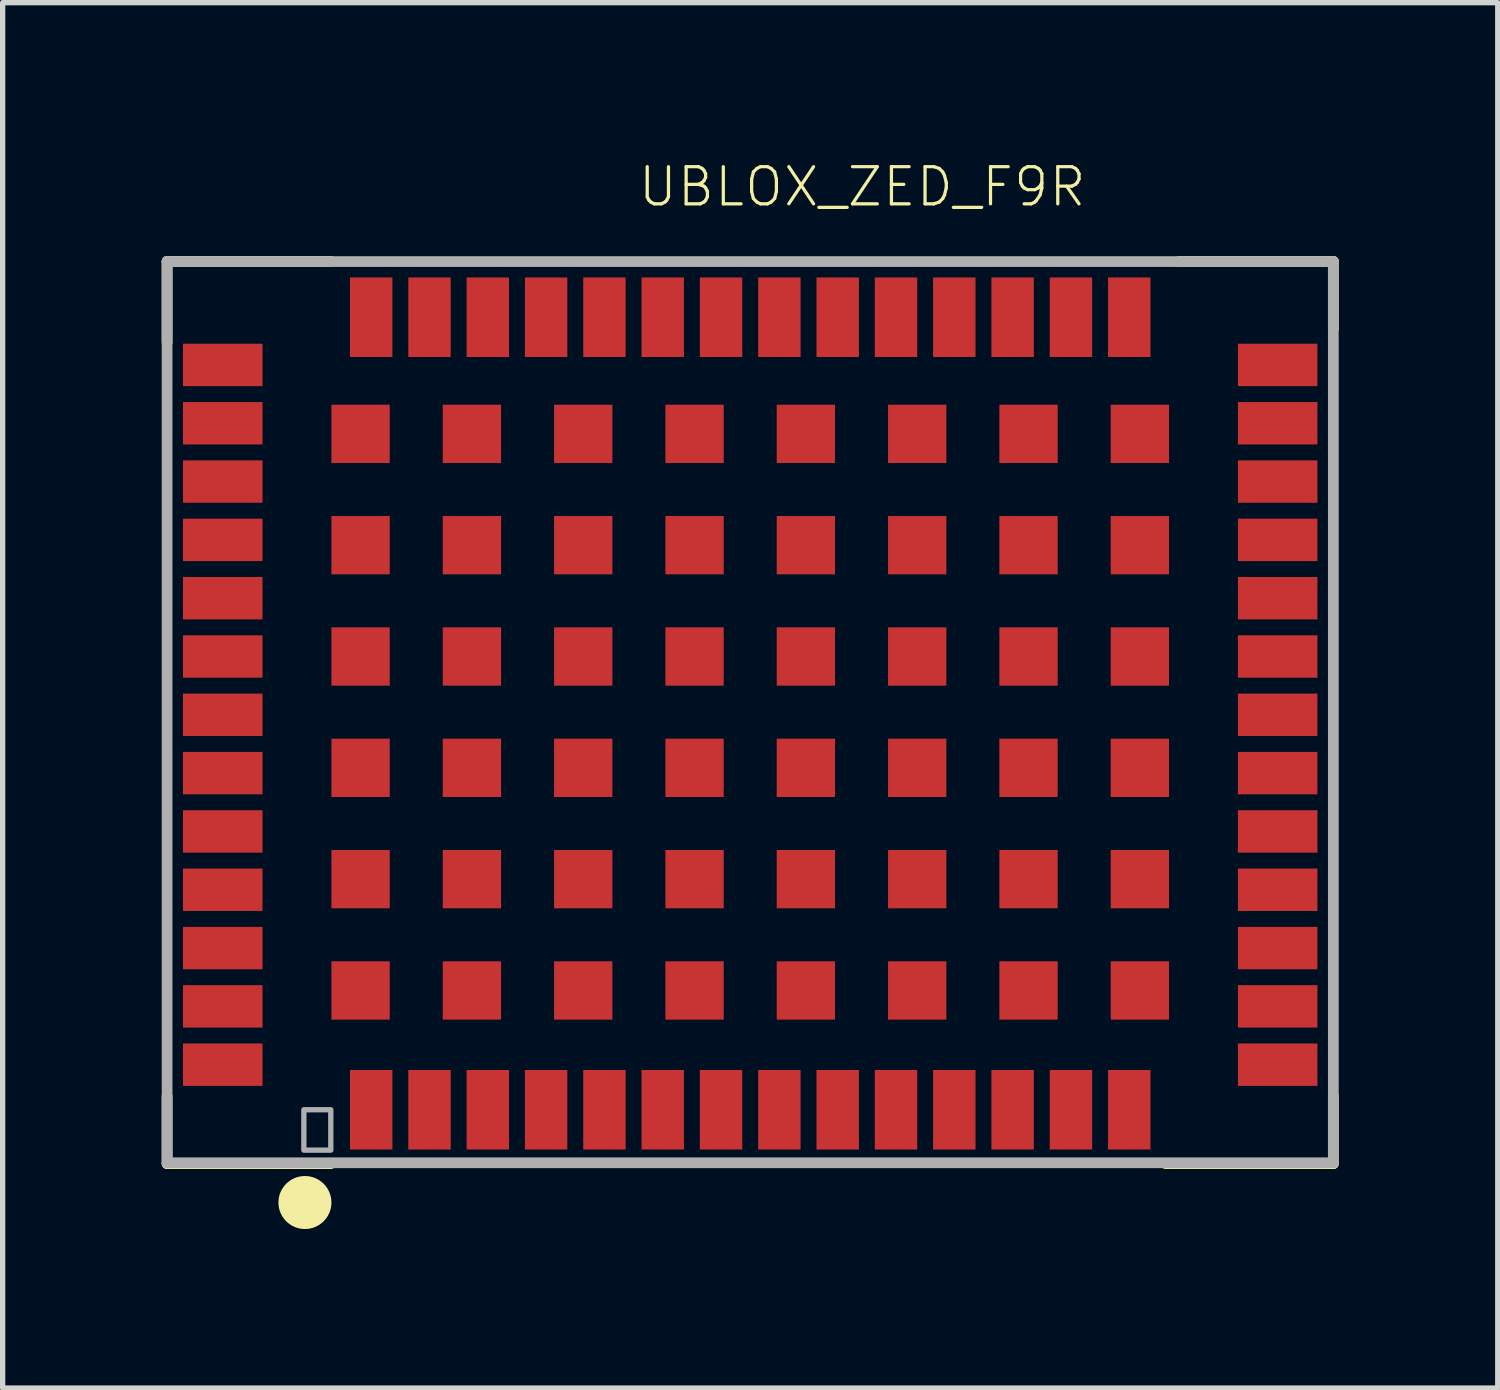
<source format=kicad_pcb>
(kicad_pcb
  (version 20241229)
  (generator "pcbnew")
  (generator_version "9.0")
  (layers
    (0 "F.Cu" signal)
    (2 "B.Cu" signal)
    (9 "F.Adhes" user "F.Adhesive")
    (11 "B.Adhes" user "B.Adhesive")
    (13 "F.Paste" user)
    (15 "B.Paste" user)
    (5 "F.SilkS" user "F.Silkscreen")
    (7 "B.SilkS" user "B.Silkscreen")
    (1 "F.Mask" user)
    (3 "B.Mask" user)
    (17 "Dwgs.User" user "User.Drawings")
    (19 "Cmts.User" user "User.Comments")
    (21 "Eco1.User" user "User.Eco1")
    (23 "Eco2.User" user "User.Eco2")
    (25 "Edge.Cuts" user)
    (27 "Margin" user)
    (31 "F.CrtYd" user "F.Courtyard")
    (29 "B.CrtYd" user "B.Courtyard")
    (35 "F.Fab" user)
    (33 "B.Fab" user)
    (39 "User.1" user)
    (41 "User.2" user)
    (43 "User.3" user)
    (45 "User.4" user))
  (footprint "UBLOX_ZED_F9R"
    (layer "F.Cu")
    (at 11.064 10.264)
    (property "Reference" "UBLOX_ZED_F9R" (at -2.112 -9.38 0) (layer "F.SilkS") (effects (font (size 0.701 0.701) (thickness 0.061)) (justify left bottom)))
    (fp_line (start -10.962 -8.382) (end -7.874 -8.382) (stroke (width 0.203) (type solid)) (layer "F.SilkS"))
    (fp_line (start -10.962 -6.858) (end -10.962 -8.382) (stroke (width 0.203) (type solid)) (layer "F.SilkS"))
    (fp_line (start -10.962 8.636) (end -10.962 7.366) (stroke (width 0.203) (type solid)) (layer "F.SilkS"))
    (fp_line (start -10.962 8.636) (end -7.874 8.636) (stroke (width 0.203) (type solid)) (layer "F.SilkS"))
    (fp_line (start 7.874 8.636) (end 11.038 8.636) (stroke (width 0.203) (type solid)) (layer "F.SilkS"))
    (fp_line (start 8.128 -8.382) (end 11.038 -8.382) (stroke (width 0.203) (type solid)) (layer "F.SilkS"))
    (fp_line (start 11.038 -8.382) (end 11.038 -7.112) (stroke (width 0.203) (type solid)) (layer "F.SilkS"))
    (fp_line (start 11.038 8.636) (end 11.038 7.366) (stroke (width 0.203) (type solid)) (layer "F.SilkS"))
    (fp_circle (center -8.362 9.37) (end -8.112 9.37) (stroke (width 0.5) (type solid)) (fill yes) (layer "F.SilkS"))
    (fp_line (start -10.962 -8.38) (end -10.962 8.62) (stroke (width 0.203) (type solid)) (layer "F.Fab"))
    (fp_line (start -10.962 8.62) (end 11.038 8.62) (stroke (width 0.203) (type solid)) (layer "F.Fab"))
    (fp_line (start 11.038 -8.38) (end -10.962 -8.38) (stroke (width 0.203) (type solid)) (layer "F.Fab"))
    (fp_line (start 11.038 8.62) (end 11.038 -8.38) (stroke (width 0.203) (type solid)) (layer "F.Fab"))
    (fp_poly (pts (xy -8.382 8.382) (xy -7.874 8.382) (xy -7.874 7.62) (xy -8.382 7.62)) (stroke (width 0.1) (type default)) (fill no) (layer "F.Fab"))
    (pad "G1" smd rect (at -7.312 5.37) (size 1.1 1.1) (layers "F.Cu" "F.Mask" "F.Paste"))
    (pad "G2" smd rect (at -5.212 5.37) (size 1.1 1.1) (layers "F.Cu" "F.Mask" "F.Paste"))
    (pad "G3" smd rect (at -3.112 5.37) (size 1.1 1.1) (layers "F.Cu" "F.Mask" "F.Paste"))
    (pad "G4" smd rect (at -1.012 5.37) (size 1.1 1.1) (layers "F.Cu" "F.Mask" "F.Paste"))
    (pad "G5" smd rect (at 1.088 5.37) (size 1.1 1.1) (layers "F.Cu" "F.Mask" "F.Paste"))
    (pad "G6" smd rect (at 3.188 5.37) (size 1.1 1.1) (layers "F.Cu" "F.Mask" "F.Paste"))
    (pad "G7" smd rect (at 5.288 5.37) (size 1.1 1.1) (layers "F.Cu" "F.Mask" "F.Paste"))
    (pad "G8" smd rect (at 7.388 5.37) (size 1.1 1.1) (layers "F.Cu" "F.Mask" "F.Paste"))
    (pad "G9" smd rect (at 7.388 3.27) (size 1.1 1.1) (layers "F.Cu" "F.Mask" "F.Paste"))
    (pad "G10" smd rect (at 5.288 3.27) (size 1.1 1.1) (layers "F.Cu" "F.Mask" "F.Paste"))
    (pad "G11" smd rect (at 3.188 3.27) (size 1.1 1.1) (layers "F.Cu" "F.Mask" "F.Paste"))
    (pad "G12" smd rect (at 1.088 3.27) (size 1.1 1.1) (layers "F.Cu" "F.Mask" "F.Paste"))
    (pad "G13" smd rect (at -1.012 3.27) (size 1.1 1.1) (layers "F.Cu" "F.Mask" "F.Paste"))
    (pad "G14" smd rect (at -3.112 3.27) (size 1.1 1.1) (layers "F.Cu" "F.Mask" "F.Paste"))
    (pad "G15" smd rect (at -5.212 3.27) (size 1.1 1.1) (layers "F.Cu" "F.Mask" "F.Paste"))
    (pad "G16" smd rect (at -7.312 3.27) (size 1.1 1.1) (layers "F.Cu" "F.Mask" "F.Paste"))
    (pad "G17" smd rect (at -7.312 1.17) (size 1.1 1.1) (layers "F.Cu" "F.Mask" "F.Paste"))
    (pad "G18" smd rect (at -5.212 1.17) (size 1.1 1.1) (layers "F.Cu" "F.Mask" "F.Paste"))
    (pad "G19" smd rect (at -3.112 1.17) (size 1.1 1.1) (layers "F.Cu" "F.Mask" "F.Paste"))
    (pad "G20" smd rect (at -1.012 1.17) (size 1.1 1.1) (layers "F.Cu" "F.Mask" "F.Paste"))
    (pad "G21" smd rect (at 1.088 1.17) (size 1.1 1.1) (layers "F.Cu" "F.Mask" "F.Paste"))
    (pad "G22" smd rect (at 3.188 1.17) (size 1.1 1.1) (layers "F.Cu" "F.Mask" "F.Paste"))
    (pad "G23" smd rect (at 5.288 1.17) (size 1.1 1.1) (layers "F.Cu" "F.Mask" "F.Paste"))
    (pad "G24" smd rect (at 7.388 1.17) (size 1.1 1.1) (layers "F.Cu" "F.Mask" "F.Paste"))
    (pad "G25" smd rect (at 7.388 -0.93) (size 1.1 1.1) (layers "F.Cu" "F.Mask" "F.Paste"))
    (pad "G26" smd rect (at 5.288 -0.93) (size 1.1 1.1) (layers "F.Cu" "F.Mask" "F.Paste"))
    (pad "G27" smd rect (at 3.188 -0.93) (size 1.1 1.1) (layers "F.Cu" "F.Mask" "F.Paste"))
    (pad "G28" smd rect (at 1.088 -0.93) (size 1.1 1.1) (layers "F.Cu" "F.Mask" "F.Paste"))
    (pad "G29" smd rect (at -1.012 -0.93) (size 1.1 1.1) (layers "F.Cu" "F.Mask" "F.Paste"))
    (pad "G30" smd rect (at -3.112 -0.93) (size 1.1 1.1) (layers "F.Cu" "F.Mask" "F.Paste"))
    (pad "G31" smd rect (at -5.212 -0.93) (size 1.1 1.1) (layers "F.Cu" "F.Mask" "F.Paste"))
    (pad "G32" smd rect (at -7.312 -0.93) (size 1.1 1.1) (layers "F.Cu" "F.Mask" "F.Paste"))
    (pad "G33" smd rect (at -7.312 -3.03) (size 1.1 1.1) (layers "F.Cu" "F.Mask" "F.Paste"))
    (pad "G34" smd rect (at -5.212 -3.03) (size 1.1 1.1) (layers "F.Cu" "F.Mask" "F.Paste"))
    (pad "G35" smd rect (at -3.112 -3.03) (size 1.1 1.1) (layers "F.Cu" "F.Mask" "F.Paste"))
    (pad "G36" smd rect (at -1.012 -3.03) (size 1.1 1.1) (layers "F.Cu" "F.Mask" "F.Paste"))
    (pad "G37" smd rect (at 1.088 -3.03) (size 1.1 1.1) (layers "F.Cu" "F.Mask" "F.Paste"))
    (pad "G38" smd rect (at 3.188 -3.03) (size 1.1 1.1) (layers "F.Cu" "F.Mask" "F.Paste"))
    (pad "G39" smd rect (at 5.288 -3.03) (size 1.1 1.1) (layers "F.Cu" "F.Mask" "F.Paste"))
    (pad "G40" smd rect (at 7.388 -3.03) (size 1.1 1.1) (layers "F.Cu" "F.Mask" "F.Paste"))
    (pad "G41" smd rect (at 7.388 -5.13) (size 1.1 1.1) (layers "F.Cu" "F.Mask" "F.Paste"))
    (pad "G42" smd rect (at 5.288 -5.13) (size 1.1 1.1) (layers "F.Cu" "F.Mask" "F.Paste"))
    (pad "G43" smd rect (at 3.188 -5.13) (size 1.1 1.1) (layers "F.Cu" "F.Mask" "F.Paste"))
    (pad "G44" smd rect (at 1.088 -5.13) (size 1.1 1.1) (layers "F.Cu" "F.Mask" "F.Paste"))
    (pad "G45" smd rect (at -1.012 -5.13) (size 1.1 1.1) (layers "F.Cu" "F.Mask" "F.Paste"))
    (pad "G46" smd rect (at -3.112 -5.13) (size 1.1 1.1) (layers "F.Cu" "F.Mask" "F.Paste"))
    (pad "G47" smd rect (at -5.212 -5.13) (size 1.1 1.1) (layers "F.Cu" "F.Mask" "F.Paste"))
    (pad "G48" smd rect (at -7.312 -5.13) (size 1.1 1.1) (layers "F.Cu" "F.Mask" "F.Paste"))
    (pad "P1" smd rect (at -7.112 7.62) (size 0.8 1.5) (layers "F.Cu" "F.Mask" "F.Paste"))
    (pad "P2" smd rect (at -6.012 7.62) (size 0.8 1.5) (layers "F.Cu" "F.Mask" "F.Paste"))
    (pad "P3" smd rect (at -4.912 7.62) (size 0.8 1.5) (layers "F.Cu" "F.Mask" "F.Paste"))
    (pad "P4" smd rect (at -3.812 7.62) (size 0.8 1.5) (layers "F.Cu" "F.Mask" "F.Paste"))
    (pad "P5" smd rect (at -2.712 7.62) (size 0.8 1.5) (layers "F.Cu" "F.Mask" "F.Paste"))
    (pad "P6" smd rect (at -1.612 7.62) (size 0.8 1.5) (layers "F.Cu" "F.Mask" "F.Paste"))
    (pad "P7" smd rect (at -0.512 7.62) (size 0.8 1.5) (layers "F.Cu" "F.Mask" "F.Paste"))
    (pad "P8" smd rect (at 0.588 7.62) (size 0.8 1.5) (layers "F.Cu" "F.Mask" "F.Paste"))
    (pad "P9" smd rect (at 1.688 7.62) (size 0.8 1.5) (layers "F.Cu" "F.Mask" "F.Paste"))
    (pad "P10" smd rect (at 2.788 7.62) (size 0.8 1.5) (layers "F.Cu" "F.Mask" "F.Paste"))
    (pad "P11" smd rect (at 3.888 7.62) (size 0.8 1.5) (layers "F.Cu" "F.Mask" "F.Paste"))
    (pad "P12" smd rect (at 4.988 7.62) (size 0.8 1.5) (layers "F.Cu" "F.Mask" "F.Paste"))
    (pad "P13" smd rect (at 6.088 7.62) (size 0.8 1.5) (layers "F.Cu" "F.Mask" "F.Paste"))
    (pad "P14" smd rect (at 7.188 7.62) (size 0.8 1.5) (layers "F.Cu" "F.Mask" "F.Paste"))
    (pad "P15" smd rect (at 9.988 6.77 90) (size 0.8 1.5) (layers "F.Cu" "F.Mask" "F.Paste"))
    (pad "P16" smd rect (at 9.988 5.67 90) (size 0.8 1.5) (layers "F.Cu" "F.Mask" "F.Paste"))
    (pad "P17" smd rect (at 9.988 4.57 90) (size 0.8 1.5) (layers "F.Cu" "F.Mask" "F.Paste"))
    (pad "P18" smd rect (at 9.988 3.47 90) (size 0.8 1.5) (layers "F.Cu" "F.Mask" "F.Paste"))
    (pad "P19" smd rect (at 9.988 2.37 90) (size 0.8 1.5) (layers "F.Cu" "F.Mask" "F.Paste"))
    (pad "P20" smd rect (at 9.988 1.27 90) (size 0.8 1.5) (layers "F.Cu" "F.Mask" "F.Paste"))
    (pad "P21" smd rect (at 9.988 0.17 90) (size 0.8 1.5) (layers "F.Cu" "F.Mask" "F.Paste"))
    (pad "P22" smd rect (at 9.988 -0.93 90) (size 0.8 1.5) (layers "F.Cu" "F.Mask" "F.Paste"))
    (pad "P23" smd rect (at 9.988 -2.03 90) (size 0.8 1.5) (layers "F.Cu" "F.Mask" "F.Paste"))
    (pad "P24" smd rect (at 9.988 -3.13 90) (size 0.8 1.5) (layers "F.Cu" "F.Mask" "F.Paste"))
    (pad "P25" smd rect (at 9.988 -4.23 90) (size 0.8 1.5) (layers "F.Cu" "F.Mask" "F.Paste"))
    (pad "P26" smd rect (at 9.988 -5.33 90) (size 0.8 1.5) (layers "F.Cu" "F.Mask" "F.Paste"))
    (pad "P27" smd rect (at 9.988 -6.43 90) (size 0.8 1.5) (layers "F.Cu" "F.Mask" "F.Paste"))
    (pad "P28" smd rect (at 7.188 -7.33) (size 0.8 1.5) (layers "F.Cu" "F.Mask" "F.Paste"))
    (pad "P29" smd rect (at 6.088 -7.33) (size 0.8 1.5) (layers "F.Cu" "F.Mask" "F.Paste"))
    (pad "P30" smd rect (at 4.988 -7.33) (size 0.8 1.5) (layers "F.Cu" "F.Mask" "F.Paste"))
    (pad "P31" smd rect (at 3.888 -7.33) (size 0.8 1.5) (layers "F.Cu" "F.Mask" "F.Paste"))
    (pad "P32" smd rect (at 2.788 -7.33) (size 0.8 1.5) (layers "F.Cu" "F.Mask" "F.Paste"))
    (pad "P33" smd rect (at 1.688 -7.33) (size 0.8 1.5) (layers "F.Cu" "F.Mask" "F.Paste"))
    (pad "P34" smd rect (at 0.588 -7.33) (size 0.8 1.5) (layers "F.Cu" "F.Mask" "F.Paste"))
    (pad "P35" smd rect (at -0.512 -7.33) (size 0.8 1.5) (layers "F.Cu" "F.Mask" "F.Paste"))
    (pad "P36" smd rect (at -1.612 -7.33) (size 0.8 1.5) (layers "F.Cu" "F.Mask" "F.Paste"))
    (pad "P37" smd rect (at -2.712 -7.33) (size 0.8 1.5) (layers "F.Cu" "F.Mask" "F.Paste"))
    (pad "P38" smd rect (at -3.812 -7.33) (size 0.8 1.5) (layers "F.Cu" "F.Mask" "F.Paste"))
    (pad "P39" smd rect (at -4.912 -7.33) (size 0.8 1.5) (layers "F.Cu" "F.Mask" "F.Paste"))
    (pad "P40" smd rect (at -6.012 -7.33) (size 0.8 1.5) (layers "F.Cu" "F.Mask" "F.Paste"))
    (pad "P41" smd rect (at -7.112 -7.33) (size 0.8 1.5) (layers "F.Cu" "F.Mask" "F.Paste"))
    (pad "P42" smd rect (at -9.912 -6.43 270) (size 0.8 1.5) (layers "F.Cu" "F.Mask" "F.Paste"))
    (pad "P43" smd rect (at -9.912 -5.33 270) (size 0.8 1.5) (layers "F.Cu" "F.Mask" "F.Paste"))
    (pad "P44" smd rect (at -9.912 -4.23 270) (size 0.8 1.5) (layers "F.Cu" "F.Mask" "F.Paste"))
    (pad "P45" smd rect (at -9.912 -3.13 270) (size 0.8 1.5) (layers "F.Cu" "F.Mask" "F.Paste"))
    (pad "P46" smd rect (at -9.912 -2.03 270) (size 0.8 1.5) (layers "F.Cu" "F.Mask" "F.Paste"))
    (pad "P47" smd rect (at -9.912 -0.93 270) (size 0.8 1.5) (layers "F.Cu" "F.Mask" "F.Paste"))
    (pad "P48" smd rect (at -9.912 0.17 270) (size 0.8 1.5) (layers "F.Cu" "F.Mask" "F.Paste"))
    (pad "P49" smd rect (at -9.912 1.27 270) (size 0.8 1.5) (layers "F.Cu" "F.Mask" "F.Paste"))
    (pad "P50" smd rect (at -9.912 2.37 270) (size 0.8 1.5) (layers "F.Cu" "F.Mask" "F.Paste"))
    (pad "P51" smd rect (at -9.912 3.47 270) (size 0.8 1.5) (layers "F.Cu" "F.Mask" "F.Paste"))
    (pad "P52" smd rect (at -9.912 4.57 270) (size 0.8 1.5) (layers "F.Cu" "F.Mask" "F.Paste"))
    (pad "P53" smd rect (at -9.912 5.67 270) (size 0.8 1.5) (layers "F.Cu" "F.Mask" "F.Paste"))
    (pad "P54" smd rect (at -9.912 6.77 270) (size 0.8 1.5) (layers "F.Cu" "F.Mask" "F.Paste")))
  (gr_rect
    (start -3 -3)
    (end 25.203 23.134)
    (stroke (width 0.1) (type default))
    (fill no)
    (layer "Edge.Cuts")))
</source>
